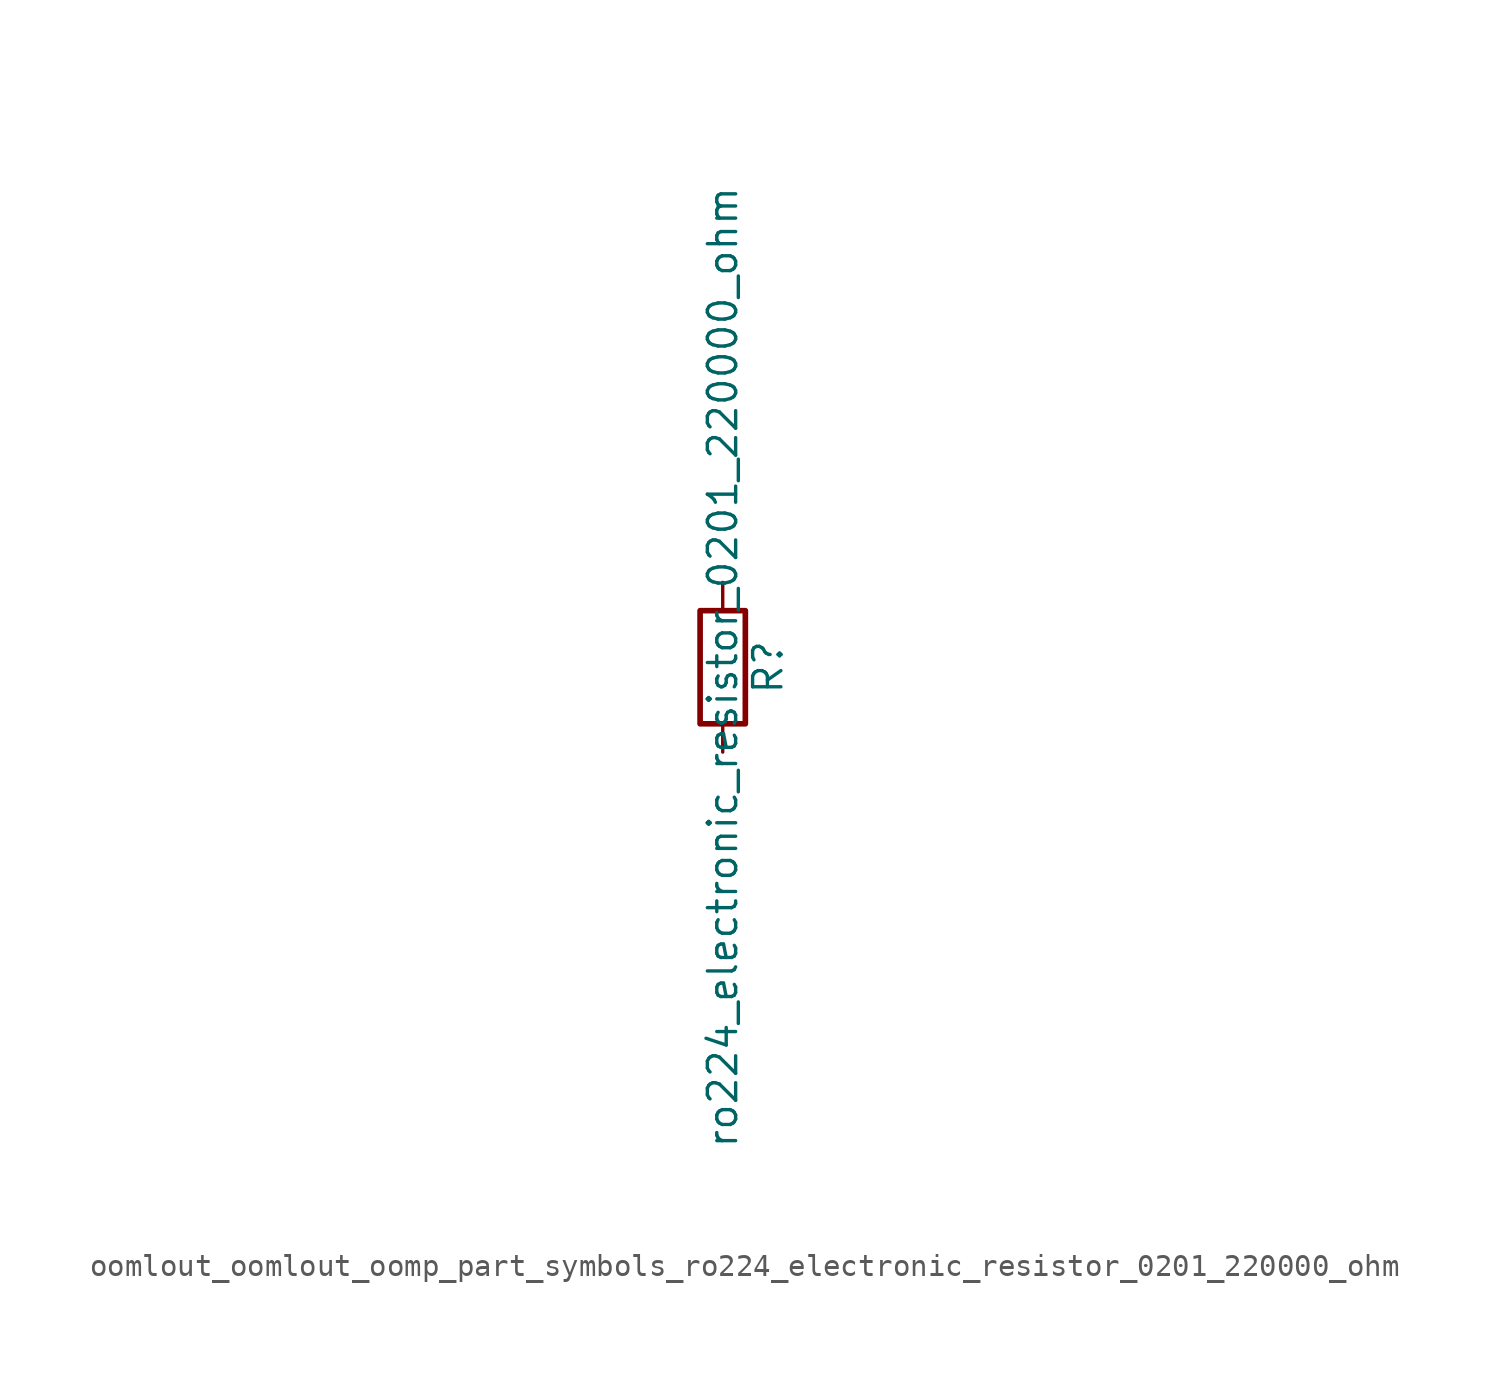
<source format=kicad_sym>
(kicad_symbol_lib
  (version 20220914)
  (generator kicad_symbol_editor)
  (symbol "oomlout_oomlout_oomp_part_symbols_ro224_electronic_resistor_0201_220000_ohm"
    (pin_numbers hide)
    (pin_names
      (offset 0))
    (property "Reference" "R"
      (at 2.032 0 90)
      (effects (font (size 1.27 1.27))))
    (property "Value" "ro224_electronic_resistor_0201_220000_ohm"
      (at 0 0 90)
      (effects (font (size 1.27 1.27))))
    (symbol "oomlout_oomlout_oomp_part_symbols_ro224_electronic_resistor_0201_220000_ohm_0_1"
      (rectangle (start -1.016 -2.54) (end 1.016 2.54) (stroke (width 0.254) (type default)) (fill (type none))))
    (symbol "oomlout_oomlout_oomp_part_symbols_ro224_electronic_resistor_0201_220000_ohm_1_1"
      (pin passive line (at 0 3.81 270) (length 1.27) (name "~" (effects (font (size 1.27 1.27)))) (number "1" (effects (font (size 1.27 1.27)))))
      (pin passive line (at 0 -3.81 90) (length 1.27) (name "~" (effects (font (size 1.27 1.27)))) (number "2" (effects (font (size 1.27 1.27))))))))
</source>
